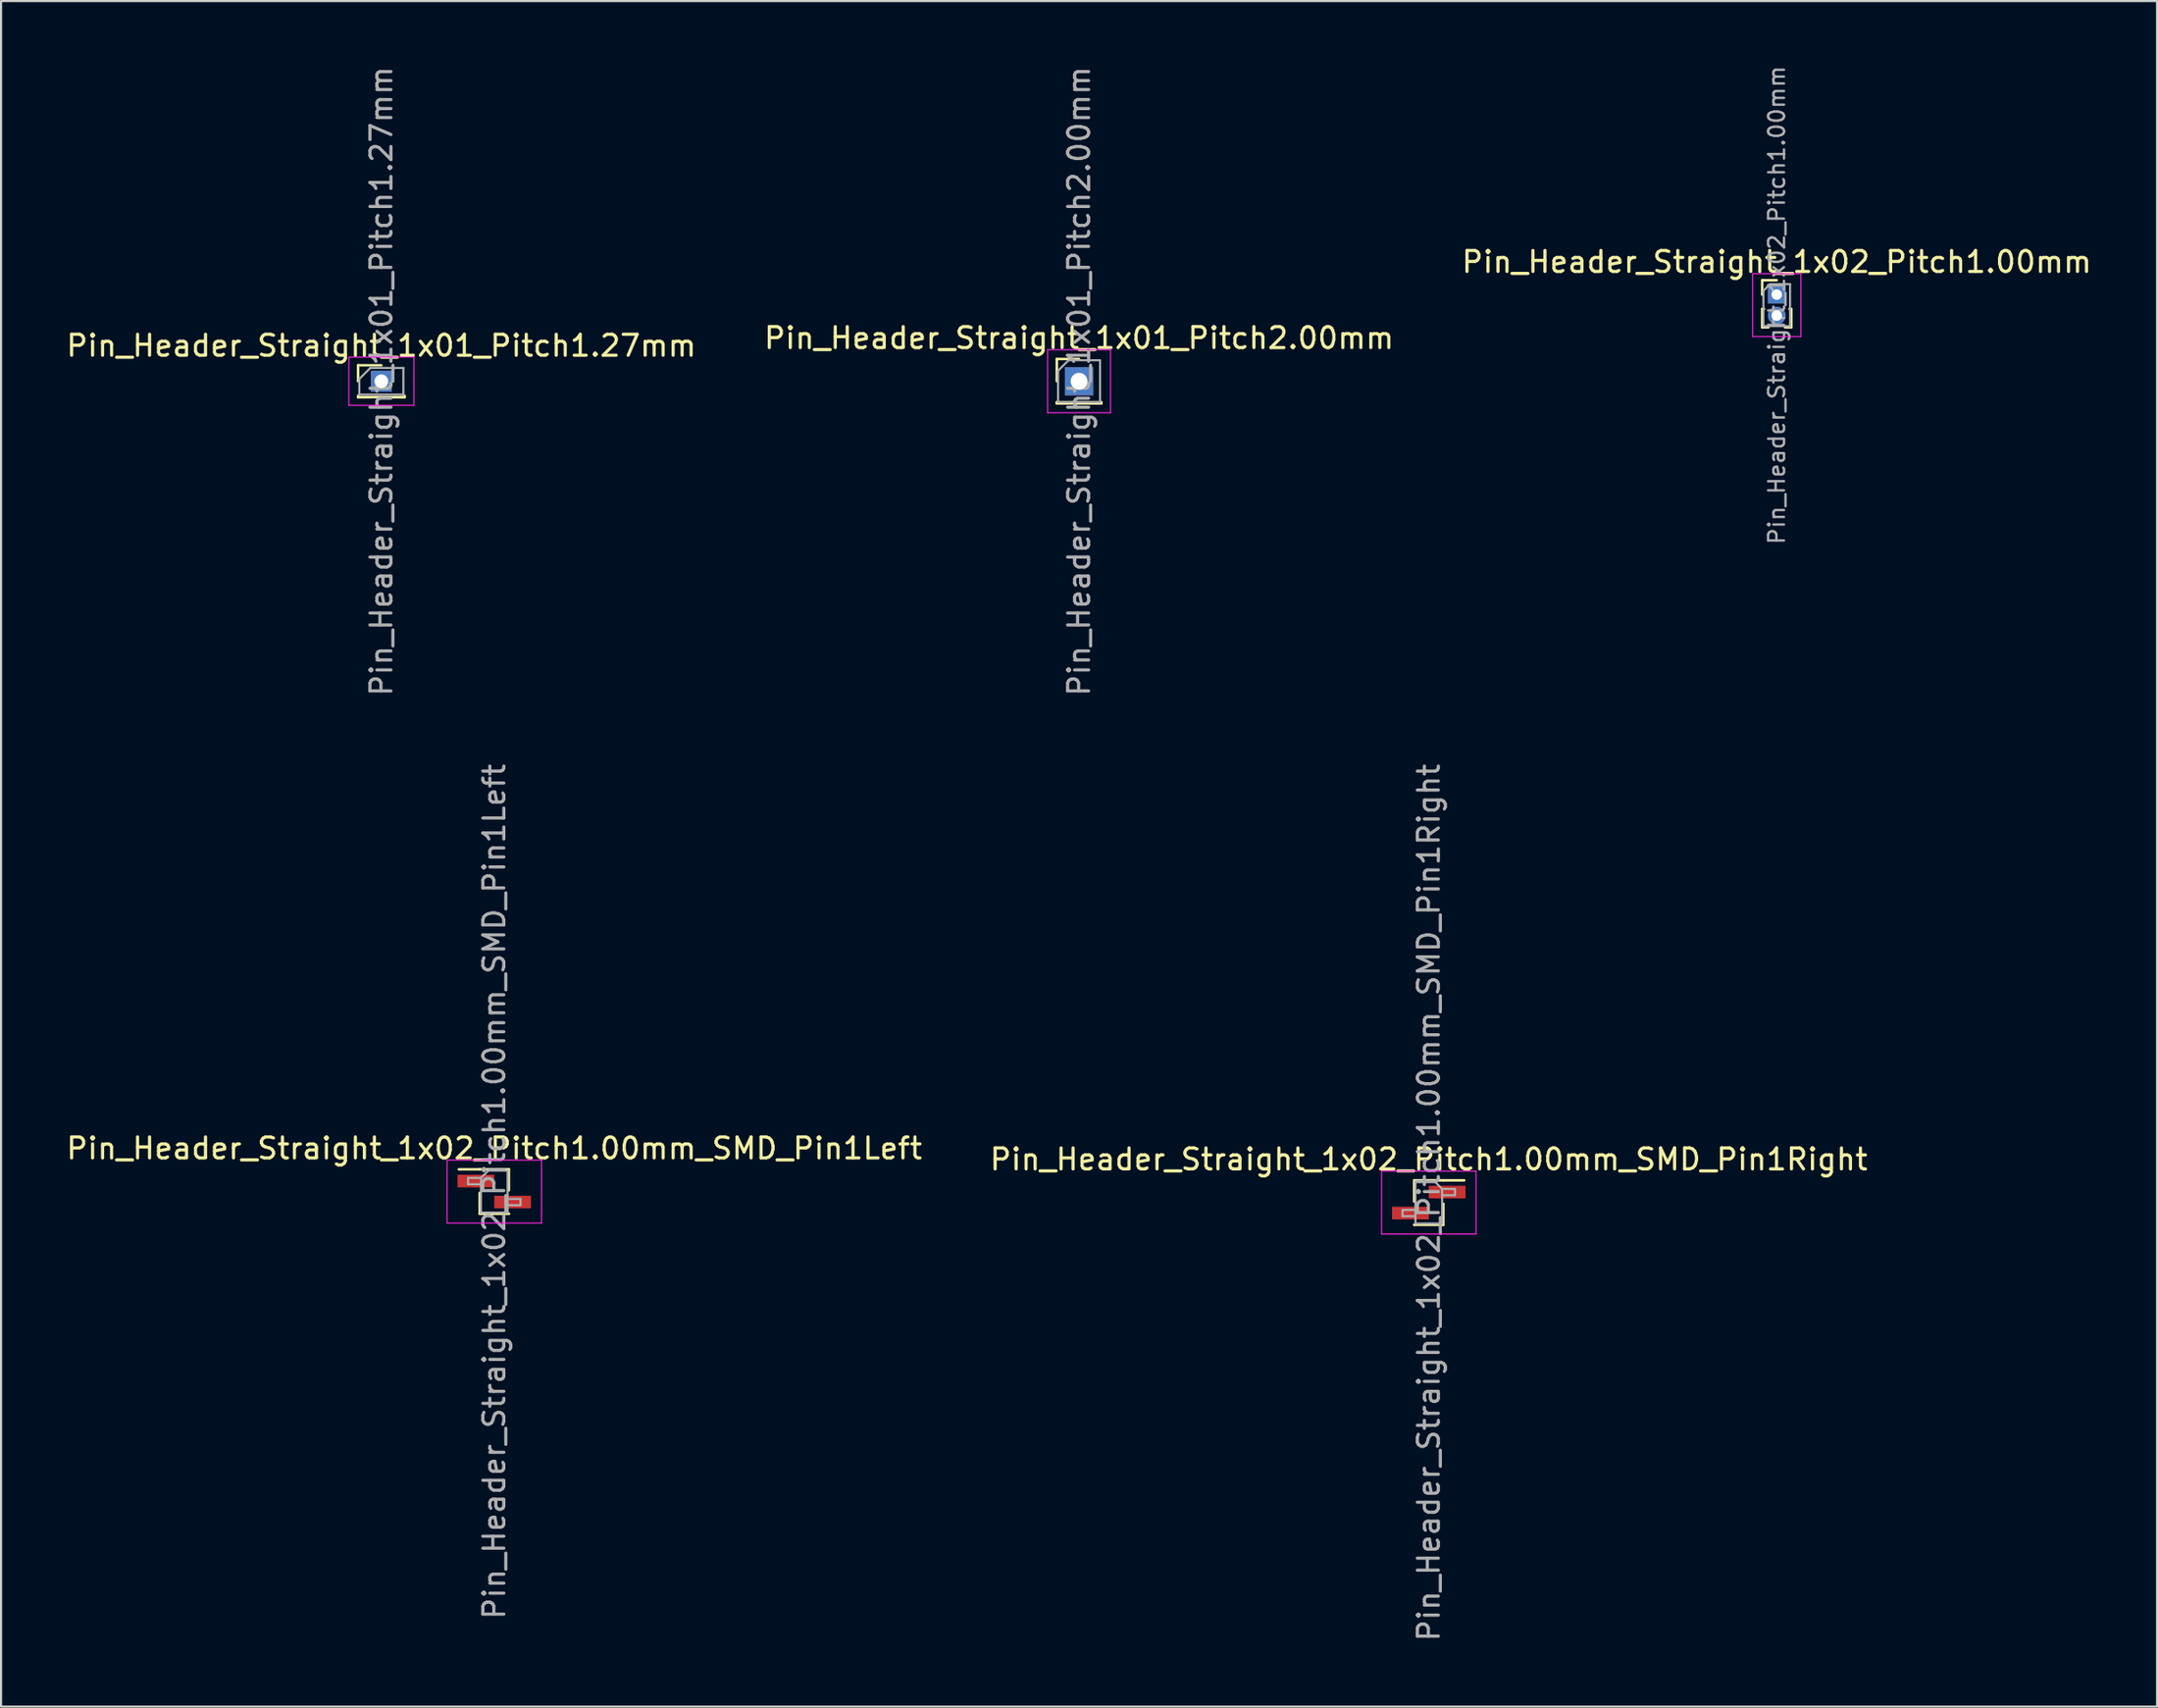
<source format=kicad_pcb>
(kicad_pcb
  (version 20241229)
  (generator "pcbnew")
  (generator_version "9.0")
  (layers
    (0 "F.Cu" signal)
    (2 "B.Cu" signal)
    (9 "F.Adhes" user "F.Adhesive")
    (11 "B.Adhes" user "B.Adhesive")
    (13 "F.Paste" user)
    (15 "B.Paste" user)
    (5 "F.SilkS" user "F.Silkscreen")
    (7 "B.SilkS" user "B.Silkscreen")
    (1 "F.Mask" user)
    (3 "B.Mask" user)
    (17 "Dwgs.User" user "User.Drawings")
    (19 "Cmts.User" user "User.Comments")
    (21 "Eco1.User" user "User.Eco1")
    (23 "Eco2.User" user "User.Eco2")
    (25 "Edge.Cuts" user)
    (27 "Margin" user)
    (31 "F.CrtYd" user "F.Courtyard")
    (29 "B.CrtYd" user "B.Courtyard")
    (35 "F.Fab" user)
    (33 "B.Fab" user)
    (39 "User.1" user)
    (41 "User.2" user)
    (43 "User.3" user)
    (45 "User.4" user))
  (footprint "Pin_Header_Straight_1x01_Pitch2.00mm"
    (layer "F.Cu")
    (at 48.375 15.125)
    (property "Reference" "Pin_Header_Straight_1x01_Pitch2.00mm" (at 0 -2.06 0) (layer "F.SilkS") (effects (font (size 1 1) (thickness 0.15))))
    (attr through_hole)
    (fp_line (start -1.06 -1.06) (end 0 -1.06) (stroke (width 0.12) (type solid)) (layer "F.SilkS"))
    (fp_line (start -1.06 0) (end -1.06 -1.06) (stroke (width 0.12) (type solid)) (layer "F.SilkS"))
    (fp_line (start -1.06 1) (end -1.06 1.06) (stroke (width 0.12) (type solid)) (layer "F.SilkS"))
    (fp_line (start -1.06 1) (end 1.06 1) (stroke (width 0.12) (type solid)) (layer "F.SilkS"))
    (fp_line (start -1.06 1.06) (end 1.06 1.06) (stroke (width 0.12) (type solid)) (layer "F.SilkS"))
    (fp_line (start 1.06 1) (end 1.06 1.06) (stroke (width 0.12) (type solid)) (layer "F.SilkS"))
    (fp_line (start -1.5 -1.5) (end -1.5 1.5) (stroke (width 0.05) (type solid)) (layer "F.CrtYd"))
    (fp_line (start -1.5 1.5) (end 1.5 1.5) (stroke (width 0.05) (type solid)) (layer "F.CrtYd"))
    (fp_line (start 1.5 -1.5) (end -1.5 -1.5) (stroke (width 0.05) (type solid)) (layer "F.CrtYd"))
    (fp_line (start 1.5 1.5) (end 1.5 -1.5) (stroke (width 0.05) (type solid)) (layer "F.CrtYd"))
    (fp_line (start -1 -0.5) (end -0.5 -1) (stroke (width 0.1) (type solid)) (layer "F.Fab"))
    (fp_line (start -1 1) (end -1 -0.5) (stroke (width 0.1) (type solid)) (layer "F.Fab"))
    (fp_line (start -0.5 -1) (end 1 -1) (stroke (width 0.1) (type solid)) (layer "F.Fab"))
    (fp_line (start 1 -1) (end 1 1) (stroke (width 0.1) (type solid)) (layer "F.Fab"))
    (fp_line (start 1 1) (end -1 1) (stroke (width 0.1) (type solid)) (layer "F.Fab"))
    (fp_text user "${REFERENCE}" (at 0 0 90) (layer "F.Fab") (effects (font (size 1 1) (thickness 0.15))))
    (pad "1" thru_hole rect (at 0 0) (size 1.35 1.35) (drill 0.8) (layers "*.Cu" "*.Mask")))
  (footprint "Pin_Header_Straight_1x02_Pitch1.00mm_SMD_Pin1Right"
    (layer "F.Cu")
    (at 65.042 54.28)
    (property "Reference" "Pin_Header_Straight_1x02_Pitch1.00mm_SMD_Pin1Right" (at 0 -2.06 0) (layer "F.SilkS") (effects (font (size 1 1) (thickness 0.15))))
    (attr smd)
    (fp_line (start -0.695 -1.06) (end -0.695 -0.06) (stroke (width 0.12) (type solid)) (layer "F.SilkS"))
    (fp_line (start -0.695 -1.06) (end 0.695 -1.06) (stroke (width 0.12) (type solid)) (layer "F.SilkS"))
    (fp_line (start -0.695 -0.94) (end -0.695 -0.06) (stroke (width 0.12) (type solid)) (layer "F.SilkS"))
    (fp_line (start -0.695 1.06) (end -0.695 1.06) (stroke (width 0.12) (type solid)) (layer "F.SilkS"))
    (fp_line (start -0.695 1.06) (end 0.695 1.06) (stroke (width 0.12) (type solid)) (layer "F.SilkS"))
    (fp_line (start 0.695 -1.06) (end 0.695 -1.06) (stroke (width 0.12) (type solid)) (layer "F.SilkS"))
    (fp_line (start 0.695 -1.06) (end 1.69 -1.06) (stroke (width 0.12) (type solid)) (layer "F.SilkS"))
    (fp_line (start 0.695 0.06) (end 0.695 1.06) (stroke (width 0.12) (type solid)) (layer "F.SilkS"))
    (fp_line (start -2.25 -1.5) (end -2.25 1.5) (stroke (width 0.05) (type solid)) (layer "F.CrtYd"))
    (fp_line (start -2.25 1.5) (end 2.25 1.5) (stroke (width 0.05) (type solid)) (layer "F.CrtYd"))
    (fp_line (start 2.25 -1.5) (end -2.25 -1.5) (stroke (width 0.05) (type solid)) (layer "F.CrtYd"))
    (fp_line (start 2.25 1.5) (end 2.25 -1.5) (stroke (width 0.05) (type solid)) (layer "F.CrtYd"))
    (fp_line (start -1.25 0.35) (end -1.25 0.65) (stroke (width 0.1) (type solid)) (layer "F.Fab"))
    (fp_line (start -1.25 0.65) (end -0.635 0.65) (stroke (width 0.1) (type solid)) (layer "F.Fab"))
    (fp_line (start -0.635 -1) (end -0.635 1) (stroke (width 0.1) (type solid)) (layer "F.Fab"))
    (fp_line (start -0.635 -1) (end 0.285 -1) (stroke (width 0.1) (type solid)) (layer "F.Fab"))
    (fp_line (start -0.635 0.35) (end -1.25 0.35) (stroke (width 0.1) (type solid)) (layer "F.Fab"))
    (fp_line (start 0.635 -0.65) (end 0.285 -1) (stroke (width 0.1) (type solid)) (layer "F.Fab"))
    (fp_line (start 0.635 -0.65) (end 1.25 -0.65) (stroke (width 0.1) (type solid)) (layer "F.Fab"))
    (fp_line (start 0.635 1) (end -0.635 1) (stroke (width 0.1) (type solid)) (layer "F.Fab"))
    (fp_line (start 0.635 1) (end 0.635 -0.65) (stroke (width 0.1) (type solid)) (layer "F.Fab"))
    (fp_line (start 1.25 -0.65) (end 1.25 -0.35) (stroke (width 0.1) (type solid)) (layer "F.Fab"))
    (fp_line (start 1.25 -0.35) (end 0.635 -0.35) (stroke (width 0.1) (type solid)) (layer "F.Fab"))
    (fp_text user "${REFERENCE}" (at 0 0 90) (layer "F.Fab") (effects (font (size 1 1) (thickness 0.15))))
    (pad "1" smd rect (at 0.875 -0.5) (size 1.75 0.6) (layers "F.Cu" "F.Mask" "F.Paste"))
    (pad "2" smd rect (at -0.875 0.5) (size 1.75 0.6) (layers "F.Cu" "F.Mask" "F.Paste")))
  (footprint "Pin_Header_Straight_1x02_Pitch1.00mm"
    (layer "F.Cu")
    (at 81.625 10.995)
    (property "Reference" "Pin_Header_Straight_1x02_Pitch1.00mm" (at 0 -1.56 0) (layer "F.SilkS") (effects (font (size 1 1) (thickness 0.15))))
    (attr through_hole)
    (fp_line (start -0.695 -0.685) (end 0 -0.685) (stroke (width 0.12) (type solid)) (layer "F.SilkS"))
    (fp_line (start -0.695 0) (end -0.695 -0.685) (stroke (width 0.12) (type solid)) (layer "F.SilkS"))
    (fp_line (start -0.695 0.685) (end -0.695 1.56) (stroke (width 0.12) (type solid)) (layer "F.SilkS"))
    (fp_line (start -0.695 0.685) (end -0.608 0.685) (stroke (width 0.12) (type solid)) (layer "F.SilkS"))
    (fp_line (start -0.695 1.56) (end -0.394 1.56) (stroke (width 0.12) (type solid)) (layer "F.SilkS"))
    (fp_line (start 0.394 1.56) (end 0.695 1.56) (stroke (width 0.12) (type solid)) (layer "F.SilkS"))
    (fp_line (start 0.608 0.685) (end 0.695 0.685) (stroke (width 0.12) (type solid)) (layer "F.SilkS"))
    (fp_line (start 0.695 0.685) (end 0.695 1.56) (stroke (width 0.12) (type solid)) (layer "F.SilkS"))
    (fp_line (start -1.15 -1) (end -1.15 2) (stroke (width 0.05) (type solid)) (layer "F.CrtYd"))
    (fp_line (start -1.15 2) (end 1.15 2) (stroke (width 0.05) (type solid)) (layer "F.CrtYd"))
    (fp_line (start 1.15 -1) (end -1.15 -1) (stroke (width 0.05) (type solid)) (layer "F.CrtYd"))
    (fp_line (start 1.15 2) (end 1.15 -1) (stroke (width 0.05) (type solid)) (layer "F.CrtYd"))
    (fp_line (start -0.635 -0.182) (end -0.318 -0.5) (stroke (width 0.1) (type solid)) (layer "F.Fab"))
    (fp_line (start -0.635 1.5) (end -0.635 -0.182) (stroke (width 0.1) (type solid)) (layer "F.Fab"))
    (fp_line (start -0.318 -0.5) (end 0.635 -0.5) (stroke (width 0.1) (type solid)) (layer "F.Fab"))
    (fp_line (start 0.635 -0.5) (end 0.635 1.5) (stroke (width 0.1) (type solid)) (layer "F.Fab"))
    (fp_line (start 0.635 1.5) (end -0.635 1.5) (stroke (width 0.1) (type solid)) (layer "F.Fab"))
    (fp_text user "${REFERENCE}" (at 0 0.5 90) (layer "F.Fab") (effects (font (size 0.76 0.76) (thickness 0.114))))
    (pad "1" thru_hole rect (at 0 0) (size 0.85 0.85) (drill 0.5) (layers "*.Cu" "*.Mask"))
    (pad "2" thru_hole oval (at 0 1) (size 0.85 0.85) (drill 0.5) (layers "*.Cu" "*.Mask")))
  (footprint "Pin_Header_Straight_1x01_Pitch1.27mm"
    (layer "F.Cu")
    (at 15.125 15.125)
    (property "Reference" "Pin_Header_Straight_1x01_Pitch1.27mm" (at 0 -1.695 0) (layer "F.SilkS") (effects (font (size 1 1) (thickness 0.15))))
    (attr through_hole)
    (fp_line (start -1.11 -0.76) (end 0 -0.76) (stroke (width 0.12) (type solid)) (layer "F.SilkS"))
    (fp_line (start -1.11 0) (end -1.11 -0.76) (stroke (width 0.12) (type solid)) (layer "F.SilkS"))
    (fp_line (start -1.11 0.76) (end -1.11 0.695) (stroke (width 0.12) (type solid)) (layer "F.SilkS"))
    (fp_line (start -1.11 0.76) (end -0.563 0.76) (stroke (width 0.12) (type solid)) (layer "F.SilkS"))
    (fp_line (start -1.11 0.76) (end 1.11 0.76) (stroke (width 0.12) (type solid)) (layer "F.SilkS"))
    (fp_line (start 0.563 0.76) (end 1.11 0.76) (stroke (width 0.12) (type solid)) (layer "F.SilkS"))
    (fp_line (start 1.11 0.76) (end 1.11 0.695) (stroke (width 0.12) (type solid)) (layer "F.SilkS"))
    (fp_line (start -1.55 -1.15) (end -1.55 1.15) (stroke (width 0.05) (type solid)) (layer "F.CrtYd"))
    (fp_line (start -1.55 1.15) (end 1.55 1.15) (stroke (width 0.05) (type solid)) (layer "F.CrtYd"))
    (fp_line (start 1.55 -1.15) (end -1.55 -1.15) (stroke (width 0.05) (type solid)) (layer "F.CrtYd"))
    (fp_line (start 1.55 1.15) (end 1.55 -1.15) (stroke (width 0.05) (type solid)) (layer "F.CrtYd"))
    (fp_line (start -1.05 -0.11) (end -0.525 -0.635) (stroke (width 0.1) (type solid)) (layer "F.Fab"))
    (fp_line (start -1.05 0.635) (end -1.05 -0.11) (stroke (width 0.1) (type solid)) (layer "F.Fab"))
    (fp_line (start -0.525 -0.635) (end 1.05 -0.635) (stroke (width 0.1) (type solid)) (layer "F.Fab"))
    (fp_line (start 1.05 -0.635) (end 1.05 0.635) (stroke (width 0.1) (type solid)) (layer "F.Fab"))
    (fp_line (start 1.05 0.635) (end -1.05 0.635) (stroke (width 0.1) (type solid)) (layer "F.Fab"))
    (fp_text user "${REFERENCE}" (at 0 0 90) (layer "F.Fab") (effects (font (size 1 1) (thickness 0.15))))
    (pad "1" thru_hole rect (at 0 0) (size 1 1) (drill 0.65) (layers "*.Cu" "*.Mask")))
  (footprint "Pin_Header_Straight_1x02_Pitch1.00mm_SMD_Pin1Left"
    (layer "F.Cu")
    (at 20.506 53.756)
    (property "Reference" "Pin_Header_Straight_1x02_Pitch1.00mm_SMD_Pin1Left" (at 0 -2.06 0) (layer "F.SilkS") (effects (font (size 1 1) (thickness 0.15))))
    (attr smd)
    (fp_line (start -0.695 -1.06) (end -1.69 -1.06) (stroke (width 0.12) (type solid)) (layer "F.SilkS"))
    (fp_line (start -0.695 -1.06) (end -0.695 -1.06) (stroke (width 0.12) (type solid)) (layer "F.SilkS"))
    (fp_line (start -0.695 -1.06) (end 0.695 -1.06) (stroke (width 0.12) (type solid)) (layer "F.SilkS"))
    (fp_line (start -0.695 0.06) (end -0.695 1.06) (stroke (width 0.12) (type solid)) (layer "F.SilkS"))
    (fp_line (start -0.695 1.06) (end 0.695 1.06) (stroke (width 0.12) (type solid)) (layer "F.SilkS"))
    (fp_line (start 0.695 -1.06) (end 0.695 -0.06) (stroke (width 0.12) (type solid)) (layer "F.SilkS"))
    (fp_line (start 0.695 1.06) (end 0.695 1.06) (stroke (width 0.12) (type solid)) (layer "F.SilkS"))
    (fp_line (start -2.25 -1.5) (end -2.25 1.5) (stroke (width 0.05) (type solid)) (layer "F.CrtYd"))
    (fp_line (start -2.25 1.5) (end 2.25 1.5) (stroke (width 0.05) (type solid)) (layer "F.CrtYd"))
    (fp_line (start 2.25 -1.5) (end -2.25 -1.5) (stroke (width 0.05) (type solid)) (layer "F.CrtYd"))
    (fp_line (start 2.25 1.5) (end 2.25 -1.5) (stroke (width 0.05) (type solid)) (layer "F.CrtYd"))
    (fp_line (start -1.25 -0.65) (end -1.25 -0.35) (stroke (width 0.1) (type solid)) (layer "F.Fab"))
    (fp_line (start -1.25 -0.35) (end -0.635 -0.35) (stroke (width 0.1) (type solid)) (layer "F.Fab"))
    (fp_line (start -0.635 -0.65) (end -1.25 -0.65) (stroke (width 0.1) (type solid)) (layer "F.Fab"))
    (fp_line (start -0.635 -0.65) (end -0.285 -1) (stroke (width 0.1) (type solid)) (layer "F.Fab"))
    (fp_line (start -0.635 1) (end -0.635 -0.65) (stroke (width 0.1) (type solid)) (layer "F.Fab"))
    (fp_line (start -0.285 -1) (end 0.635 -1) (stroke (width 0.1) (type solid)) (layer "F.Fab"))
    (fp_line (start 0.635 -1) (end 0.635 1) (stroke (width 0.1) (type solid)) (layer "F.Fab"))
    (fp_line (start 0.635 0.35) (end 1.25 0.35) (stroke (width 0.1) (type solid)) (layer "F.Fab"))
    (fp_line (start 0.635 1) (end -0.635 1) (stroke (width 0.1) (type solid)) (layer "F.Fab"))
    (fp_line (start 1.25 0.35) (end 1.25 0.65) (stroke (width 0.1) (type solid)) (layer "F.Fab"))
    (fp_line (start 1.25 0.65) (end 0.635 0.65) (stroke (width 0.1) (type solid)) (layer "F.Fab"))
    (fp_text user "${REFERENCE}" (at 0 0 90) (layer "F.Fab") (effects (font (size 1 1) (thickness 0.15))))
    (pad "1" smd rect (at -0.875 -0.5) (size 1.75 0.6) (layers "F.Cu" "F.Mask" "F.Paste"))
    (pad "2" smd rect (at 0.875 0.5) (size 1.75 0.6) (layers "F.Cu" "F.Mask" "F.Paste")))
  (gr_rect
    (start -3 -3)
    (end 99.75 78.31)
    (stroke (width 0.1) (type default))
    (fill no)
    (layer "Edge.Cuts")))
</source>
